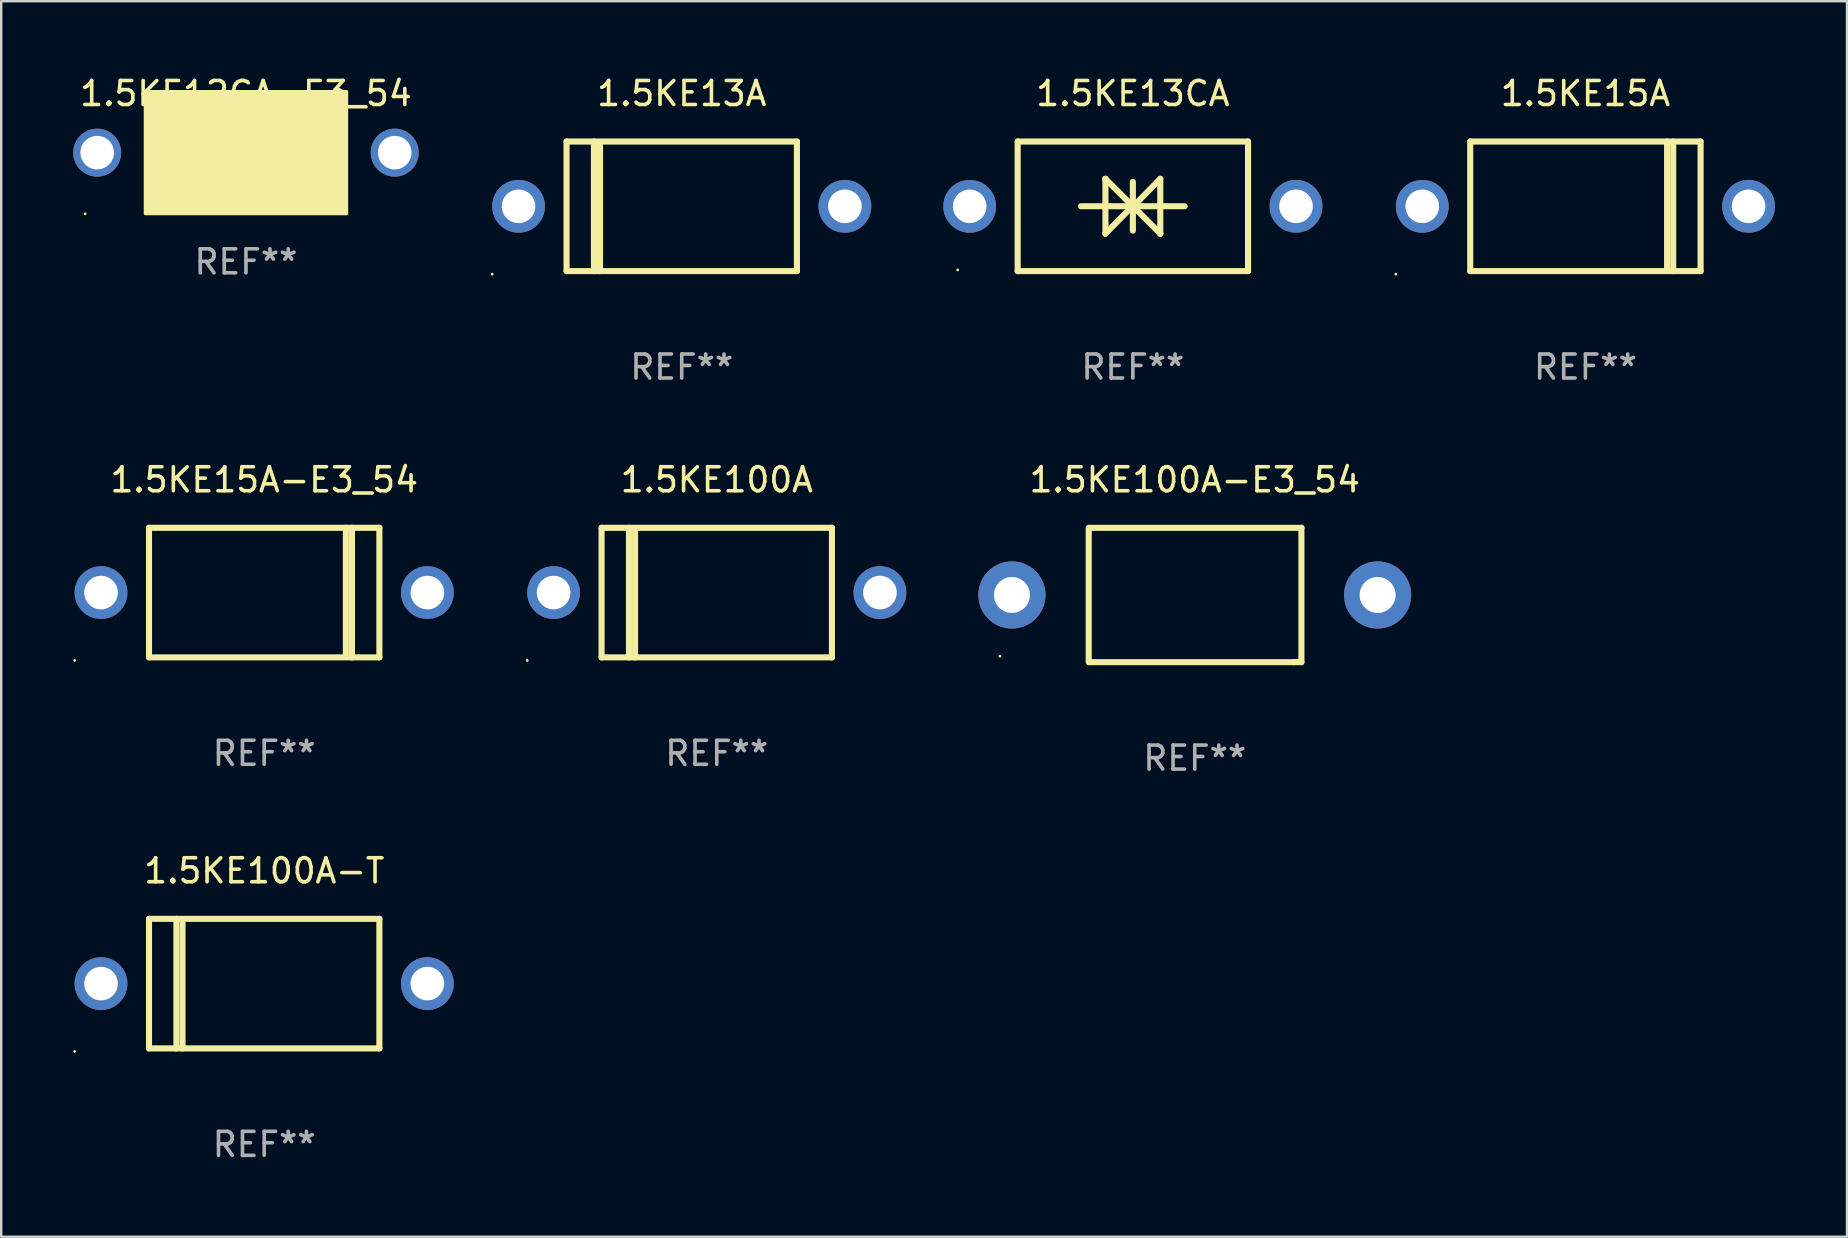
<source format=kicad_pcb>
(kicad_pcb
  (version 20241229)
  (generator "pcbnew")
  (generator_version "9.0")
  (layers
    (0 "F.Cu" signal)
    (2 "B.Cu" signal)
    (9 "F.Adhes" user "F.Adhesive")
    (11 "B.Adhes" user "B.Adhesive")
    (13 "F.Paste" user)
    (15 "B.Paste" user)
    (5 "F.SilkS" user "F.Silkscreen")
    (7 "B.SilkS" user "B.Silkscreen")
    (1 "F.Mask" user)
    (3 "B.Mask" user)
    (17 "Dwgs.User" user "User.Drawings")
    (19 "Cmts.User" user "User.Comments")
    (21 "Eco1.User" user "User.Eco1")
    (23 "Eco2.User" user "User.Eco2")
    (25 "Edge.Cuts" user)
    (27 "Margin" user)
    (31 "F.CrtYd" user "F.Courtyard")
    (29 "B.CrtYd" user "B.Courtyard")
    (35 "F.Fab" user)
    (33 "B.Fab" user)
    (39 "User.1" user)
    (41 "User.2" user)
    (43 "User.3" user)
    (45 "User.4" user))
  (footprint "1.5KE100A-T"
    (layer "F.Cu")
    (at 7.96 37.941)
    (property "Reference" "1.5KE100A-T" (at 0 -4.7 0) (layer "F.SilkS") (effects (font (size 1 1) (thickness 0.15))))
    (attr through_hole)
    (fp_line (start -4.8 -2.7) (end 4.8 -2.7) (stroke (width 0.254) (type solid)) (layer "F.SilkS"))
    (fp_line (start -4.8 2.7) (end -4.8 -2.7) (stroke (width 0.254) (type solid)) (layer "F.SilkS"))
    (fp_line (start -3.658 2.7) (end -3.658 -2.7) (stroke (width 0.254) (type solid)) (layer "F.SilkS"))
    (fp_line (start -3.404 2.7) (end -3.404 -2.54) (stroke (width 0.254) (type solid)) (layer "F.SilkS"))
    (fp_line (start 4.8 2.7) (end -4.8 2.7) (stroke (width 0.254) (type solid)) (layer "F.SilkS"))
    (fp_line (start 4.8 2.7) (end 4.8 -2.7) (stroke (width 0.254) (type solid)) (layer "F.SilkS"))
    (fp_circle (center -7.9 2.827) (end -7.87 2.827) (stroke (width 0.06) (type solid)) (fill no) (layer "F.SilkS"))
    (fp_text user "REF**" (at 0 6.7 0) (layer "F.Fab") (effects (font (size 1 1) (thickness 0.15))))
    (pad "1" thru_hole circle (at -6.8 0) (size 2.2 2.2) (drill 1.4) (layers "*.Cu" "*.Mask"))
    (pad "2" thru_hole circle (at 6.8 0) (size 2.2 2.2) (drill 1.4) (layers "*.Cu" "*.Mask")))
  (footprint "1.5KE100A-E3_54"
    (layer "F.Cu")
    (at 46.74 21.745)
    (property "Reference" "1.5KE100A-E3_54" (at 0 -4.8 0) (layer "F.SilkS") (effects (font (size 1 1) (thickness 0.15))))
    (attr through_hole)
    (fp_line (start -4.42 2.8) (end -4.42 -2.8) (stroke (width 0.254) (type solid)) (layer "F.SilkS"))
    (fp_line (start -4.379 -2.799) (end 4.445 -2.799) (stroke (width 0.254) (type solid)) (layer "F.SilkS"))
    (fp_line (start 4.12 2.8) (end -4.38 2.8) (stroke (width 0.254) (type solid)) (layer "F.SilkS"))
    (fp_line (start 4.445 -2.799) (end 4.445 2.799) (stroke (width 0.254) (type solid)) (layer "F.SilkS"))
    (fp_line (start 4.445 2.799) (end 4.12 2.799) (stroke (width 0.254) (type solid)) (layer "F.SilkS"))
    (fp_circle (center -8.12 2.55) (end -8.09 2.55) (stroke (width 0.06) (type solid)) (fill no) (layer "F.SilkS"))
    (fp_text user "REF**" (at 0 6.8 0) (layer "F.Fab") (effects (font (size 1 1) (thickness 0.15))))
    (pad "1" thru_hole circle (at -7.62 0) (size 2.8 2.8) (drill 1.5) (layers "*.Cu" "*.Mask"))
    (pad "2" thru_hole circle (at 7.62 0) (size 2.8 2.8) (drill 1.5) (layers "*.Cu" "*.Mask")))
  (footprint "1.5KE15A"
    (layer "F.Cu")
    (at 63.02 5.548)
    (property "Reference" "1.5KE15A" (at 0 -4.7 0) (layer "F.SilkS") (effects (font (size 1 1) (thickness 0.15))))
    (attr through_hole)
    (fp_line (start -4.8 -2.7) (end -4.8 2.7) (stroke (width 0.254) (type solid)) (layer "F.SilkS"))
    (fp_line (start -4.8 -2.7) (end 4.8 -2.7) (stroke (width 0.254) (type solid)) (layer "F.SilkS"))
    (fp_line (start 3.404 -2.7) (end 3.404 2.54) (stroke (width 0.254) (type solid)) (layer "F.SilkS"))
    (fp_line (start 3.658 -2.7) (end 3.658 2.7) (stroke (width 0.254) (type solid)) (layer "F.SilkS"))
    (fp_line (start 4.8 -2.7) (end 4.8 2.7) (stroke (width 0.254) (type solid)) (layer "F.SilkS"))
    (fp_line (start 4.8 2.7) (end -4.8 2.7) (stroke (width 0.254) (type solid)) (layer "F.SilkS"))
    (fp_circle (center -7.9 2.827) (end -7.87 2.827) (stroke (width 0.06) (type solid)) (fill no) (layer "F.SilkS"))
    (fp_text user "REF**" (at 0 6.7 0) (layer "F.Fab") (effects (font (size 1 1) (thickness 0.15))))
    (pad "1" thru_hole circle (at -6.8 0) (size 2.2 2.2) (drill 1.4) (layers "*.Cu" "*.Mask"))
    (pad "2" thru_hole circle (at 6.8 0) (size 2.2 2.2) (drill 1.4) (layers "*.Cu" "*.Mask")))
  (footprint "1.5KE100A"
    (layer "F.Cu")
    (at 26.82 21.645)
    (property "Reference" "1.5KE100A" (at 0 -4.7 0) (layer "F.SilkS") (effects (font (size 1 1) (thickness 0.15))))
    (attr through_hole)
    (fp_line (start -4.8 -2.7) (end 4.8 -2.7) (stroke (width 0.254) (type solid)) (layer "F.SilkS"))
    (fp_line (start -4.8 2.7) (end -4.8 -2.7) (stroke (width 0.254) (type solid)) (layer "F.SilkS"))
    (fp_line (start -3.658 2.7) (end -3.658 -2.7) (stroke (width 0.254) (type solid)) (layer "F.SilkS"))
    (fp_line (start -3.404 2.7) (end -3.404 -2.54) (stroke (width 0.254) (type solid)) (layer "F.SilkS"))
    (fp_line (start 4.8 2.7) (end -4.8 2.7) (stroke (width 0.254) (type solid)) (layer "F.SilkS"))
    (fp_line (start 4.8 2.7) (end 4.8 -2.7) (stroke (width 0.254) (type solid)) (layer "F.SilkS"))
    (fp_circle (center -7.9 2.827) (end -7.87 2.827) (stroke (width 0.06) (type solid)) (fill no) (layer "F.SilkS"))
    (fp_text user "REF**" (at 0 6.7 0) (layer "F.Fab") (effects (font (size 1 1) (thickness 0.15))))
    (pad "1" thru_hole circle (at -6.8 0) (size 2.2 2.2) (drill 1.4) (layers "*.Cu" "*.Mask"))
    (pad "2" thru_hole circle (at 6.8 0) (size 2.2 2.2) (drill 1.4) (layers "*.Cu" "*.Mask")))
  (footprint "1.5KE12CA-E3_54"
    (layer "F.Cu")
    (at 7.2 3.356)
    (property "Reference" "1.5KE12CA-E3_54" (at 0 -2.508 0) (layer "F.SilkS") (effects (font (size 1 1) (thickness 0.15))))
    (attr through_hole)
    (fp_line (start -1.498 0) (end 0.534 0) (stroke (width 0.254) (type solid)) (layer "F.SilkS"))
    (fp_line (start -0.99 -0.508) (end -0.99 0.508) (stroke (width 0.254) (type solid)) (layer "F.SilkS"))
    (fp_line (start -0.99 0.508) (end 0.026 0) (stroke (width 0.254) (type solid)) (layer "F.SilkS"))
    (fp_line (start 0.026 -0.508) (end 0.026 0.508) (stroke (width 0.254) (type solid)) (layer "F.SilkS"))
    (fp_line (start 0.026 0) (end -0.99 -0.508) (stroke (width 0.254) (type solid)) (layer "F.SilkS"))
    (fp_line (start 0.026 0) (end 0.026 -0.508) (stroke (width 0.254) (type solid)) (layer "F.SilkS"))
    (fp_line (start 0.038 0) (end 0.038 0.508) (stroke (width 0.254) (type solid)) (layer "F.SilkS"))
    (fp_line (start 0.038 0) (end 1.054 0.508) (stroke (width 0.254) (type solid)) (layer "F.SilkS"))
    (fp_line (start 0.038 0.508) (end 0.038 -0.508) (stroke (width 0.254) (type solid)) (layer "F.SilkS"))
    (fp_line (start 1.054 -0.508) (end 0.038 0) (stroke (width 0.254) (type solid)) (layer "F.SilkS"))
    (fp_line (start 1.054 0.508) (end 1.054 -0.508) (stroke (width 0.254) (type solid)) (layer "F.SilkS"))
    (fp_line (start 1.562 0) (end -0.47 0) (stroke (width 0.254) (type solid)) (layer "F.SilkS"))
    (fp_circle (center -6.7 2.505) (end -6.67 2.505) (stroke (width 0.06) (type solid)) (fill no) (layer "F.SilkS"))
    (fp_poly (pts (xy -4.2 -2.595) (xy 4.2 -2.595) (xy 4.2 2.505) (xy -4.2 2.505)) (stroke (width 0.12) (type solid)) (fill yes) (layer "F.SilkS"))
    (fp_text user "REF**" (at 0 4.508 0) (layer "F.Fab") (effects (font (size 1 1) (thickness 0.15))))
    (pad "1" thru_hole circle (at -6.2 -0.045) (size 2 2) (drill 1.4) (layers "*.Cu" "*.Mask"))
    (pad "2" thru_hole circle (at 6.2 -0.045) (size 2 2) (drill 1.4) (layers "*.Cu" "*.Mask")))
  (footprint "1.5KE15A-E3_54"
    (layer "F.Cu")
    (at 7.96 21.645)
    (property "Reference" "1.5KE15A-E3_54" (at 0 -4.7 0) (layer "F.SilkS") (effects (font (size 1 1) (thickness 0.15))))
    (attr through_hole)
    (fp_line (start -4.8 -2.7) (end -4.8 2.7) (stroke (width 0.254) (type solid)) (layer "F.SilkS"))
    (fp_line (start -4.8 -2.7) (end 4.8 -2.7) (stroke (width 0.254) (type solid)) (layer "F.SilkS"))
    (fp_line (start 3.404 -2.7) (end 3.404 2.54) (stroke (width 0.254) (type solid)) (layer "F.SilkS"))
    (fp_line (start 3.658 -2.7) (end 3.658 2.7) (stroke (width 0.254) (type solid)) (layer "F.SilkS"))
    (fp_line (start 4.8 -2.7) (end 4.8 2.7) (stroke (width 0.254) (type solid)) (layer "F.SilkS"))
    (fp_line (start 4.8 2.7) (end -4.8 2.7) (stroke (width 0.254) (type solid)) (layer "F.SilkS"))
    (fp_circle (center -7.9 2.827) (end -7.87 2.827) (stroke (width 0.06) (type solid)) (fill no) (layer "F.SilkS"))
    (fp_text user "REF**" (at 0 6.7 0) (layer "F.Fab") (effects (font (size 1 1) (thickness 0.15))))
    (pad "1" thru_hole circle (at -6.8 0) (size 2.2 2.2) (drill 1.4) (layers "*.Cu" "*.Mask"))
    (pad "2" thru_hole circle (at 6.8 0) (size 2.2 2.2) (drill 1.4) (layers "*.Cu" "*.Mask")))
  (footprint "1.5KE13A"
    (layer "F.Cu")
    (at 25.36 5.548)
    (property "Reference" "1.5KE13A" (at 0 -4.7 0) (layer "F.SilkS") (effects (font (size 1 1) (thickness 0.15))))
    (attr through_hole)
    (fp_line (start -4.8 -2.7) (end 4.8 -2.7) (stroke (width 0.254) (type solid)) (layer "F.SilkS"))
    (fp_line (start -4.8 2.7) (end -4.8 -2.7) (stroke (width 0.254) (type solid)) (layer "F.SilkS"))
    (fp_line (start -3.658 2.7) (end -3.658 -2.7) (stroke (width 0.254) (type solid)) (layer "F.SilkS"))
    (fp_line (start -3.404 2.7) (end -3.404 -2.54) (stroke (width 0.254) (type solid)) (layer "F.SilkS"))
    (fp_line (start 4.8 2.7) (end -4.8 2.7) (stroke (width 0.254) (type solid)) (layer "F.SilkS"))
    (fp_line (start 4.8 2.7) (end 4.8 -2.7) (stroke (width 0.254) (type solid)) (layer "F.SilkS"))
    (fp_circle (center -7.9 2.827) (end -7.87 2.827) (stroke (width 0.06) (type solid)) (fill no) (layer "F.SilkS"))
    (fp_text user "REF**" (at 0 6.7 0) (layer "F.Fab") (effects (font (size 1 1) (thickness 0.15))))
    (pad "1" thru_hole circle (at -6.8 0) (size 2.2 2.2) (drill 1.4) (layers "*.Cu" "*.Mask"))
    (pad "2" thru_hole circle (at 6.8 0) (size 2.2 2.2) (drill 1.4) (layers "*.Cu" "*.Mask")))
  (footprint "1.5KE13CA"
    (layer "F.Cu")
    (at 44.16 5.548)
    (property "Reference" "1.5KE13CA" (at 0 -4.7 0) (layer "F.SilkS") (effects (font (size 1 1) (thickness 0.15))))
    (attr through_hole)
    (fp_line (start -4.8 -2.7) (end -4.8 2.7) (stroke (width 0.254) (type solid)) (layer "F.SilkS"))
    (fp_line (start -4.8 -2.7) (end 4.8 -2.7) (stroke (width 0.254) (type solid)) (layer "F.SilkS"))
    (fp_line (start -2.159 -0.003) (end 2.159 -0.003) (stroke (width 0.254) (type solid)) (layer "F.SilkS"))
    (fp_line (start -1.143 -1.146) (end -1.143 1.14) (stroke (width 0.254) (type solid)) (layer "F.SilkS"))
    (fp_line (start -1.143 -1.143) (end -1.143 -1.146) (stroke (width 0.254) (type solid)) (layer "F.SilkS"))
    (fp_line (start 0 -1.019) (end 0 1.013) (stroke (width 0.254) (type solid)) (layer "F.SilkS"))
    (fp_line (start 0 -0.026) (end -1.143 1.14) (stroke (width 0.254) (type solid)) (layer "F.SilkS"))
    (fp_line (start 0 -0.006) (end 1.143 1.137) (stroke (width 0.254) (type solid)) (layer "F.SilkS"))
    (fp_line (start 0 0) (end -1.143 -1.143) (stroke (width 0.254) (type solid)) (layer "F.SilkS"))
    (fp_line (start 0 0.02) (end 1.143 -1.146) (stroke (width 0.254) (type solid)) (layer "F.SilkS"))
    (fp_line (start 1.143 1.137) (end 1.143 1.14) (stroke (width 0.254) (type solid)) (layer "F.SilkS"))
    (fp_line (start 1.143 1.14) (end 1.143 -1.146) (stroke (width 0.254) (type solid)) (layer "F.SilkS"))
    (fp_line (start 4.8 -2.7) (end 4.8 2.7) (stroke (width 0.254) (type solid)) (layer "F.SilkS"))
    (fp_line (start 4.8 2.7) (end -4.8 2.7) (stroke (width 0.254) (type solid)) (layer "F.SilkS"))
    (fp_circle (center -7.3 2.65) (end -7.27 2.65) (stroke (width 0.06) (type solid)) (fill no) (layer "F.SilkS"))
    (fp_text user "REF**" (at 0 6.7 0) (layer "F.Fab") (effects (font (size 1 1) (thickness 0.15))))
    (pad "1" thru_hole circle (at -6.8 0) (size 2.2 2.2) (drill 1.4) (layers "*.Cu" "*.Mask"))
    (pad "2" thru_hole circle (at 6.8 0) (size 2.2 2.2) (drill 1.4) (layers "*.Cu" "*.Mask")))
  (gr_rect
    (start -3 -3)
    (end 73.92 48.49)
    (stroke (width 0.1) (type default))
    (fill no)
    (layer "Edge.Cuts")))
</source>
